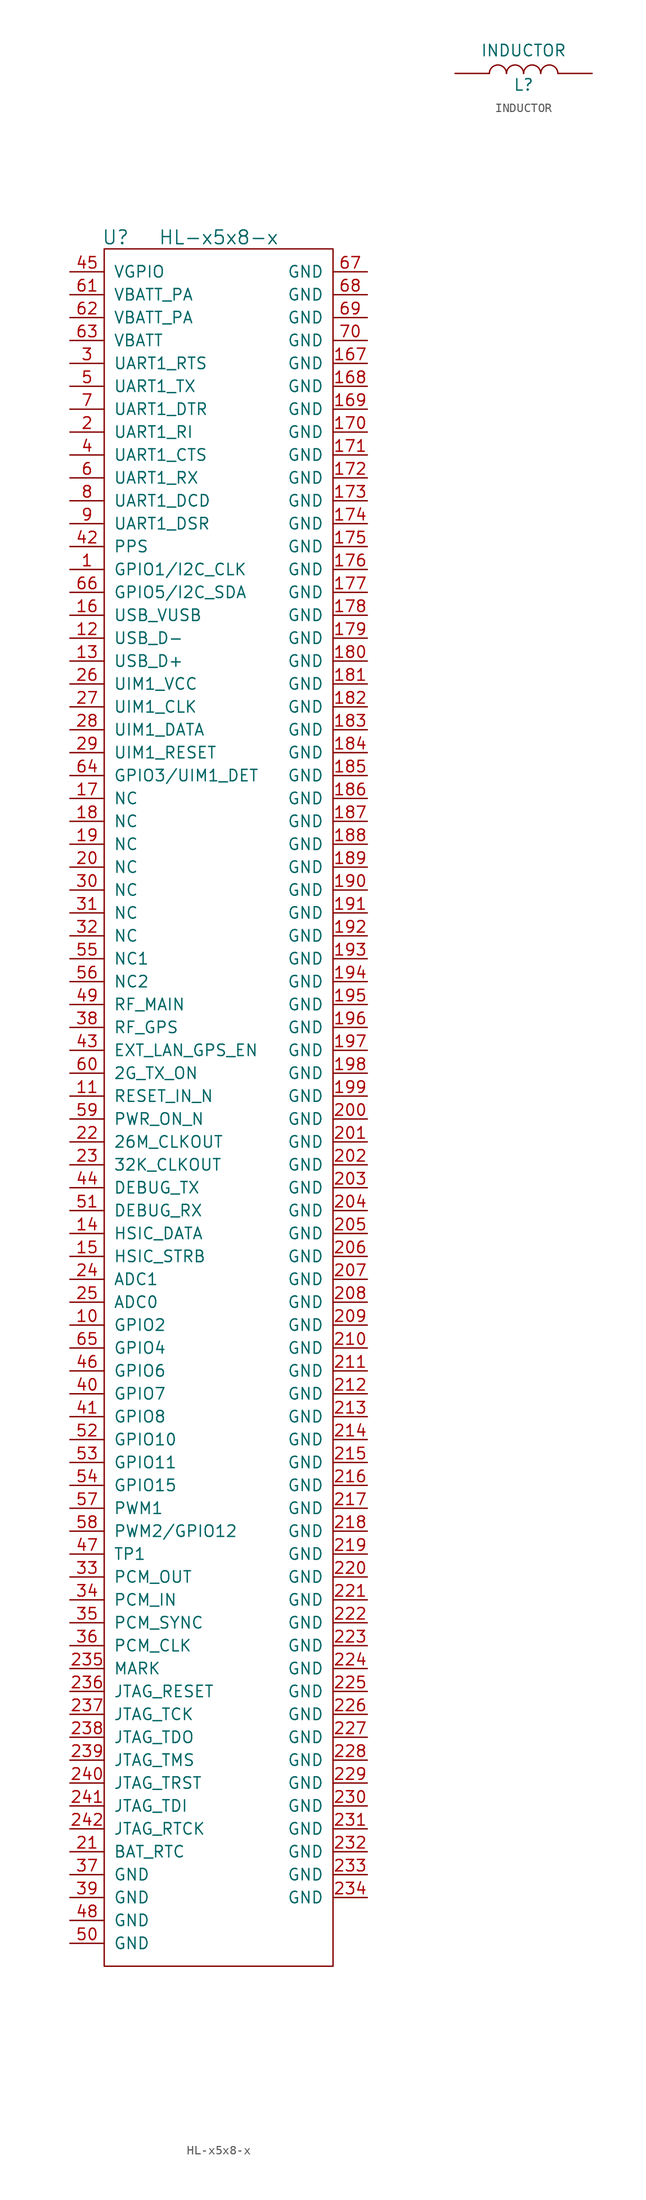
<source format=kicad_sym>
(kicad_symbol_lib
  (version 20211014)
  (generator kicad_symbol_editor)
  (symbol "HL-x5x8-x"
    (pin_names
      (offset 1.016))
    (property "Reference" "U"
      (at -11.43 93.98 0)
      (effects (font (size 1.524 1.524))))
    (property "Value" "HL-x5x8-x"
      (at 0 93.98 0)
      (effects (font (size 1.524 1.524))))
    (property "Datasheet" ""
      (at 0 96.52 0)
      (effects (font (size 1.524 1.524))))
    (symbol "HL-x5x8-x_0_1"
      (rectangle (start -12.7 92.71) (end 12.7 -97.79) (stroke (width 0) (type default) (color 0 0 0 0)) (fill (type none))))
    (symbol "HL-x5x8-x_1_1"
      (pin input line (at -16.51 57.15 0) (length 3.81) (name "GPIO1/I2C_CLK" (effects (font (size 1.27 1.27)))) (number "1" (effects (font (size 1.27 1.27)))))
      (pin input line (at -16.51 -26.67 0) (length 3.81) (name "GPIO2" (effects (font (size 1.27 1.27)))) (number "10" (effects (font (size 1.27 1.27)))))
      (pin input line (at -16.51 -1.27 0) (length 3.81) (name "RESET_IN_N" (effects (font (size 1.27 1.27)))) (number "11" (effects (font (size 1.27 1.27)))))
      (pin input line (at -16.51 49.53 0) (length 3.81) (name "USB_D-" (effects (font (size 1.27 1.27)))) (number "12" (effects (font (size 1.27 1.27)))))
      (pin input line (at -16.51 46.99 0) (length 3.81) (name "USB_D+" (effects (font (size 1.27 1.27)))) (number "13" (effects (font (size 1.27 1.27)))))
      (pin input line (at -16.51 -16.51 0) (length 3.81) (name "HSIC_DATA" (effects (font (size 1.27 1.27)))) (number "14" (effects (font (size 1.27 1.27)))))
      (pin input line (at -16.51 -19.05 0) (length 3.81) (name "HSIC_STRB" (effects (font (size 1.27 1.27)))) (number "15" (effects (font (size 1.27 1.27)))))
      (pin input line (at -16.51 52.07 0) (length 3.81) (name "USB_VUSB" (effects (font (size 1.27 1.27)))) (number "16" (effects (font (size 1.27 1.27)))))
      (pin input line (at 16.51 80.01 180) (length 3.81) (name "GND" (effects (font (size 1.27 1.27)))) (number "167" (effects (font (size 1.27 1.27)))))
      (pin input line (at 16.51 77.47 180) (length 3.81) (name "GND" (effects (font (size 1.27 1.27)))) (number "168" (effects (font (size 1.27 1.27)))))
      (pin input line (at 16.51 74.93 180) (length 3.81) (name "GND" (effects (font (size 1.27 1.27)))) (number "169" (effects (font (size 1.27 1.27)))))
      (pin input line (at -16.51 31.75 0) (length 3.81) (name "NC" (effects (font (size 1.27 1.27)))) (number "17" (effects (font (size 1.27 1.27)))))
      (pin input line (at 16.51 72.39 180) (length 3.81) (name "GND" (effects (font (size 1.27 1.27)))) (number "170" (effects (font (size 1.27 1.27)))))
      (pin input line (at 16.51 69.85 180) (length 3.81) (name "GND" (effects (font (size 1.27 1.27)))) (number "171" (effects (font (size 1.27 1.27)))))
      (pin input line (at 16.51 67.31 180) (length 3.81) (name "GND" (effects (font (size 1.27 1.27)))) (number "172" (effects (font (size 1.27 1.27)))))
      (pin input line (at 16.51 64.77 180) (length 3.81) (name "GND" (effects (font (size 1.27 1.27)))) (number "173" (effects (font (size 1.27 1.27)))))
      (pin input line (at 16.51 62.23 180) (length 3.81) (name "GND" (effects (font (size 1.27 1.27)))) (number "174" (effects (font (size 1.27 1.27)))))
      (pin input line (at 16.51 59.69 180) (length 3.81) (name "GND" (effects (font (size 1.27 1.27)))) (number "175" (effects (font (size 1.27 1.27)))))
      (pin input line (at 16.51 57.15 180) (length 3.81) (name "GND" (effects (font (size 1.27 1.27)))) (number "176" (effects (font (size 1.27 1.27)))))
      (pin input line (at 16.51 54.61 180) (length 3.81) (name "GND" (effects (font (size 1.27 1.27)))) (number "177" (effects (font (size 1.27 1.27)))))
      (pin input line (at 16.51 52.07 180) (length 3.81) (name "GND" (effects (font (size 1.27 1.27)))) (number "178" (effects (font (size 1.27 1.27)))))
      (pin input line (at 16.51 49.53 180) (length 3.81) (name "GND" (effects (font (size 1.27 1.27)))) (number "179" (effects (font (size 1.27 1.27)))))
      (pin input line (at -16.51 29.21 0) (length 3.81) (name "NC" (effects (font (size 1.27 1.27)))) (number "18" (effects (font (size 1.27 1.27)))))
      (pin input line (at 16.51 46.99 180) (length 3.81) (name "GND" (effects (font (size 1.27 1.27)))) (number "180" (effects (font (size 1.27 1.27)))))
      (pin input line (at 16.51 44.45 180) (length 3.81) (name "GND" (effects (font (size 1.27 1.27)))) (number "181" (effects (font (size 1.27 1.27)))))
      (pin input line (at 16.51 41.91 180) (length 3.81) (name "GND" (effects (font (size 1.27 1.27)))) (number "182" (effects (font (size 1.27 1.27)))))
      (pin input line (at 16.51 39.37 180) (length 3.81) (name "GND" (effects (font (size 1.27 1.27)))) (number "183" (effects (font (size 1.27 1.27)))))
      (pin input line (at 16.51 36.83 180) (length 3.81) (name "GND" (effects (font (size 1.27 1.27)))) (number "184" (effects (font (size 1.27 1.27)))))
      (pin input line (at 16.51 34.29 180) (length 3.81) (name "GND" (effects (font (size 1.27 1.27)))) (number "185" (effects (font (size 1.27 1.27)))))
      (pin input line (at 16.51 31.75 180) (length 3.81) (name "GND" (effects (font (size 1.27 1.27)))) (number "186" (effects (font (size 1.27 1.27)))))
      (pin input line (at 16.51 29.21 180) (length 3.81) (name "GND" (effects (font (size 1.27 1.27)))) (number "187" (effects (font (size 1.27 1.27)))))
      (pin input line (at 16.51 26.67 180) (length 3.81) (name "GND" (effects (font (size 1.27 1.27)))) (number "188" (effects (font (size 1.27 1.27)))))
      (pin input line (at 16.51 24.13 180) (length 3.81) (name "GND" (effects (font (size 1.27 1.27)))) (number "189" (effects (font (size 1.27 1.27)))))
      (pin input line (at -16.51 26.67 0) (length 3.81) (name "NC" (effects (font (size 1.27 1.27)))) (number "19" (effects (font (size 1.27 1.27)))))
      (pin input line (at 16.51 21.59 180) (length 3.81) (name "GND" (effects (font (size 1.27 1.27)))) (number "190" (effects (font (size 1.27 1.27)))))
      (pin input line (at 16.51 19.05 180) (length 3.81) (name "GND" (effects (font (size 1.27 1.27)))) (number "191" (effects (font (size 1.27 1.27)))))
      (pin input line (at 16.51 16.51 180) (length 3.81) (name "GND" (effects (font (size 1.27 1.27)))) (number "192" (effects (font (size 1.27 1.27)))))
      (pin input line (at 16.51 13.97 180) (length 3.81) (name "GND" (effects (font (size 1.27 1.27)))) (number "193" (effects (font (size 1.27 1.27)))))
      (pin input line (at 16.51 11.43 180) (length 3.81) (name "GND" (effects (font (size 1.27 1.27)))) (number "194" (effects (font (size 1.27 1.27)))))
      (pin input line (at 16.51 8.89 180) (length 3.81) (name "GND" (effects (font (size 1.27 1.27)))) (number "195" (effects (font (size 1.27 1.27)))))
      (pin input line (at 16.51 6.35 180) (length 3.81) (name "GND" (effects (font (size 1.27 1.27)))) (number "196" (effects (font (size 1.27 1.27)))))
      (pin input line (at 16.51 3.81 180) (length 3.81) (name "GND" (effects (font (size 1.27 1.27)))) (number "197" (effects (font (size 1.27 1.27)))))
      (pin input line (at 16.51 1.27 180) (length 3.81) (name "GND" (effects (font (size 1.27 1.27)))) (number "198" (effects (font (size 1.27 1.27)))))
      (pin input line (at 16.51 -1.27 180) (length 3.81) (name "GND" (effects (font (size 1.27 1.27)))) (number "199" (effects (font (size 1.27 1.27)))))
      (pin input line (at -16.51 72.39 0) (length 3.81) (name "UART1_RI" (effects (font (size 1.27 1.27)))) (number "2" (effects (font (size 1.27 1.27)))))
      (pin input line (at -16.51 24.13 0) (length 3.81) (name "NC" (effects (font (size 1.27 1.27)))) (number "20" (effects (font (size 1.27 1.27)))))
      (pin input line (at 16.51 -3.81 180) (length 3.81) (name "GND" (effects (font (size 1.27 1.27)))) (number "200" (effects (font (size 1.27 1.27)))))
      (pin input line (at 16.51 -6.35 180) (length 3.81) (name "GND" (effects (font (size 1.27 1.27)))) (number "201" (effects (font (size 1.27 1.27)))))
      (pin input line (at 16.51 -8.89 180) (length 3.81) (name "GND" (effects (font (size 1.27 1.27)))) (number "202" (effects (font (size 1.27 1.27)))))
      (pin input line (at 16.51 -11.43 180) (length 3.81) (name "GND" (effects (font (size 1.27 1.27)))) (number "203" (effects (font (size 1.27 1.27)))))
      (pin input line (at 16.51 -13.97 180) (length 3.81) (name "GND" (effects (font (size 1.27 1.27)))) (number "204" (effects (font (size 1.27 1.27)))))
      (pin input line (at 16.51 -16.51 180) (length 3.81) (name "GND" (effects (font (size 1.27 1.27)))) (number "205" (effects (font (size 1.27 1.27)))))
      (pin input line (at 16.51 -19.05 180) (length 3.81) (name "GND" (effects (font (size 1.27 1.27)))) (number "206" (effects (font (size 1.27 1.27)))))
      (pin input line (at 16.51 -21.59 180) (length 3.81) (name "GND" (effects (font (size 1.27 1.27)))) (number "207" (effects (font (size 1.27 1.27)))))
      (pin input line (at 16.51 -24.13 180) (length 3.81) (name "GND" (effects (font (size 1.27 1.27)))) (number "208" (effects (font (size 1.27 1.27)))))
      (pin input line (at 16.51 -26.67 180) (length 3.81) (name "GND" (effects (font (size 1.27 1.27)))) (number "209" (effects (font (size 1.27 1.27)))))
      (pin input line (at -16.51 -85.09 0) (length 3.81) (name "BAT_RTC" (effects (font (size 1.27 1.27)))) (number "21" (effects (font (size 1.27 1.27)))))
      (pin input line (at 16.51 -29.21 180) (length 3.81) (name "GND" (effects (font (size 1.27 1.27)))) (number "210" (effects (font (size 1.27 1.27)))))
      (pin input line (at 16.51 -31.75 180) (length 3.81) (name "GND" (effects (font (size 1.27 1.27)))) (number "211" (effects (font (size 1.27 1.27)))))
      (pin input line (at 16.51 -34.29 180) (length 3.81) (name "GND" (effects (font (size 1.27 1.27)))) (number "212" (effects (font (size 1.27 1.27)))))
      (pin input line (at 16.51 -36.83 180) (length 3.81) (name "GND" (effects (font (size 1.27 1.27)))) (number "213" (effects (font (size 1.27 1.27)))))
      (pin input line (at 16.51 -39.37 180) (length 3.81) (name "GND" (effects (font (size 1.27 1.27)))) (number "214" (effects (font (size 1.27 1.27)))))
      (pin input line (at 16.51 -41.91 180) (length 3.81) (name "GND" (effects (font (size 1.27 1.27)))) (number "215" (effects (font (size 1.27 1.27)))))
      (pin input line (at 16.51 -44.45 180) (length 3.81) (name "GND" (effects (font (size 1.27 1.27)))) (number "216" (effects (font (size 1.27 1.27)))))
      (pin input line (at 16.51 -46.99 180) (length 3.81) (name "GND" (effects (font (size 1.27 1.27)))) (number "217" (effects (font (size 1.27 1.27)))))
      (pin input line (at 16.51 -49.53 180) (length 3.81) (name "GND" (effects (font (size 1.27 1.27)))) (number "218" (effects (font (size 1.27 1.27)))))
      (pin input line (at 16.51 -52.07 180) (length 3.81) (name "GND" (effects (font (size 1.27 1.27)))) (number "219" (effects (font (size 1.27 1.27)))))
      (pin input line (at -16.51 -6.35 0) (length 3.81) (name "26M_CLKOUT" (effects (font (size 1.27 1.27)))) (number "22" (effects (font (size 1.27 1.27)))))
      (pin input line (at 16.51 -54.61 180) (length 3.81) (name "GND" (effects (font (size 1.27 1.27)))) (number "220" (effects (font (size 1.27 1.27)))))
      (pin input line (at 16.51 -57.15 180) (length 3.81) (name "GND" (effects (font (size 1.27 1.27)))) (number "221" (effects (font (size 1.27 1.27)))))
      (pin input line (at 16.51 -59.69 180) (length 3.81) (name "GND" (effects (font (size 1.27 1.27)))) (number "222" (effects (font (size 1.27 1.27)))))
      (pin input line (at 16.51 -62.23 180) (length 3.81) (name "GND" (effects (font (size 1.27 1.27)))) (number "223" (effects (font (size 1.27 1.27)))))
      (pin input line (at 16.51 -64.77 180) (length 3.81) (name "GND" (effects (font (size 1.27 1.27)))) (number "224" (effects (font (size 1.27 1.27)))))
      (pin input line (at 16.51 -67.31 180) (length 3.81) (name "GND" (effects (font (size 1.27 1.27)))) (number "225" (effects (font (size 1.27 1.27)))))
      (pin input line (at 16.51 -69.85 180) (length 3.81) (name "GND" (effects (font (size 1.27 1.27)))) (number "226" (effects (font (size 1.27 1.27)))))
      (pin input line (at 16.51 -72.39 180) (length 3.81) (name "GND" (effects (font (size 1.27 1.27)))) (number "227" (effects (font (size 1.27 1.27)))))
      (pin input line (at 16.51 -74.93 180) (length 3.81) (name "GND" (effects (font (size 1.27 1.27)))) (number "228" (effects (font (size 1.27 1.27)))))
      (pin input line (at 16.51 -77.47 180) (length 3.81) (name "GND" (effects (font (size 1.27 1.27)))) (number "229" (effects (font (size 1.27 1.27)))))
      (pin input line (at -16.51 -8.89 0) (length 3.81) (name "32K_CLKOUT" (effects (font (size 1.27 1.27)))) (number "23" (effects (font (size 1.27 1.27)))))
      (pin input line (at 16.51 -80.01 180) (length 3.81) (name "GND" (effects (font (size 1.27 1.27)))) (number "230" (effects (font (size 1.27 1.27)))))
      (pin input line (at 16.51 -82.55 180) (length 3.81) (name "GND" (effects (font (size 1.27 1.27)))) (number "231" (effects (font (size 1.27 1.27)))))
      (pin input line (at 16.51 -85.09 180) (length 3.81) (name "GND" (effects (font (size 1.27 1.27)))) (number "232" (effects (font (size 1.27 1.27)))))
      (pin input line (at 16.51 -87.63 180) (length 3.81) (name "GND" (effects (font (size 1.27 1.27)))) (number "233" (effects (font (size 1.27 1.27)))))
      (pin input line (at 16.51 -90.17 180) (length 3.81) (name "GND" (effects (font (size 1.27 1.27)))) (number "234" (effects (font (size 1.27 1.27)))))
      (pin input line (at -16.51 -64.77 0) (length 3.81) (name "MARK" (effects (font (size 1.27 1.27)))) (number "235" (effects (font (size 1.27 1.27)))))
      (pin input line (at -16.51 -67.31 0) (length 3.81) (name "JTAG_RESET" (effects (font (size 1.27 1.27)))) (number "236" (effects (font (size 1.27 1.27)))))
      (pin input line (at -16.51 -69.85 0) (length 3.81) (name "JTAG_TCK" (effects (font (size 1.27 1.27)))) (number "237" (effects (font (size 1.27 1.27)))))
      (pin input line (at -16.51 -72.39 0) (length 3.81) (name "JTAG_TDO" (effects (font (size 1.27 1.27)))) (number "238" (effects (font (size 1.27 1.27)))))
      (pin input line (at -16.51 -74.93 0) (length 3.81) (name "JTAG_TMS" (effects (font (size 1.27 1.27)))) (number "239" (effects (font (size 1.27 1.27)))))
      (pin input line (at -16.51 -21.59 0) (length 3.81) (name "ADC1" (effects (font (size 1.27 1.27)))) (number "24" (effects (font (size 1.27 1.27)))))
      (pin input line (at -16.51 -77.47 0) (length 3.81) (name "JTAG_TRST" (effects (font (size 1.27 1.27)))) (number "240" (effects (font (size 1.27 1.27)))))
      (pin input line (at -16.51 -80.01 0) (length 3.81) (name "JTAG_TDI" (effects (font (size 1.27 1.27)))) (number "241" (effects (font (size 1.27 1.27)))))
      (pin input line (at -16.51 -82.55 0) (length 3.81) (name "JTAG_RTCK" (effects (font (size 1.27 1.27)))) (number "242" (effects (font (size 1.27 1.27)))))
      (pin input line (at -16.51 -24.13 0) (length 3.81) (name "ADC0" (effects (font (size 1.27 1.27)))) (number "25" (effects (font (size 1.27 1.27)))))
      (pin input line (at -16.51 44.45 0) (length 3.81) (name "UIM1_VCC" (effects (font (size 1.27 1.27)))) (number "26" (effects (font (size 1.27 1.27)))))
      (pin input line (at -16.51 41.91 0) (length 3.81) (name "UIM1_CLK" (effects (font (size 1.27 1.27)))) (number "27" (effects (font (size 1.27 1.27)))))
      (pin input line (at -16.51 39.37 0) (length 3.81) (name "UIM1_DATA" (effects (font (size 1.27 1.27)))) (number "28" (effects (font (size 1.27 1.27)))))
      (pin input line (at -16.51 36.83 0) (length 3.81) (name "UIM1_RESET" (effects (font (size 1.27 1.27)))) (number "29" (effects (font (size 1.27 1.27)))))
      (pin input line (at -16.51 80.01 0) (length 3.81) (name "UART1_RTS" (effects (font (size 1.27 1.27)))) (number "3" (effects (font (size 1.27 1.27)))))
      (pin input line (at -16.51 21.59 0) (length 3.81) (name "NC" (effects (font (size 1.27 1.27)))) (number "30" (effects (font (size 1.27 1.27)))))
      (pin input line (at -16.51 19.05 0) (length 3.81) (name "NC" (effects (font (size 1.27 1.27)))) (number "31" (effects (font (size 1.27 1.27)))))
      (pin input line (at -16.51 16.51 0) (length 3.81) (name "NC" (effects (font (size 1.27 1.27)))) (number "32" (effects (font (size 1.27 1.27)))))
      (pin input line (at -16.51 -54.61 0) (length 3.81) (name "PCM_OUT" (effects (font (size 1.27 1.27)))) (number "33" (effects (font (size 1.27 1.27)))))
      (pin input line (at -16.51 -57.15 0) (length 3.81) (name "PCM_IN" (effects (font (size 1.27 1.27)))) (number "34" (effects (font (size 1.27 1.27)))))
      (pin input line (at -16.51 -59.69 0) (length 3.81) (name "PCM_SYNC" (effects (font (size 1.27 1.27)))) (number "35" (effects (font (size 1.27 1.27)))))
      (pin input line (at -16.51 -62.23 0) (length 3.81) (name "PCM_CLK" (effects (font (size 1.27 1.27)))) (number "36" (effects (font (size 1.27 1.27)))))
      (pin input line (at -16.51 -87.63 0) (length 3.81) (name "GND" (effects (font (size 1.27 1.27)))) (number "37" (effects (font (size 1.27 1.27)))))
      (pin input line (at -16.51 6.35 0) (length 3.81) (name "RF_GPS" (effects (font (size 1.27 1.27)))) (number "38" (effects (font (size 1.27 1.27)))))
      (pin input line (at -16.51 -90.17 0) (length 3.81) (name "GND" (effects (font (size 1.27 1.27)))) (number "39" (effects (font (size 1.27 1.27)))))
      (pin input line (at -16.51 69.85 0) (length 3.81) (name "UART1_CTS" (effects (font (size 1.27 1.27)))) (number "4" (effects (font (size 1.27 1.27)))))
      (pin input line (at -16.51 -34.29 0) (length 3.81) (name "GPIO7" (effects (font (size 1.27 1.27)))) (number "40" (effects (font (size 1.27 1.27)))))
      (pin input line (at -16.51 -36.83 0) (length 3.81) (name "GPIO8" (effects (font (size 1.27 1.27)))) (number "41" (effects (font (size 1.27 1.27)))))
      (pin input line (at -16.51 59.69 0) (length 3.81) (name "PPS" (effects (font (size 1.27 1.27)))) (number "42" (effects (font (size 1.27 1.27)))))
      (pin input line (at -16.51 3.81 0) (length 3.81) (name "EXT_LAN_GPS_EN" (effects (font (size 1.27 1.27)))) (number "43" (effects (font (size 1.27 1.27)))))
      (pin input line (at -16.51 -11.43 0) (length 3.81) (name "DEBUG_TX" (effects (font (size 1.27 1.27)))) (number "44" (effects (font (size 1.27 1.27)))))
      (pin input line (at -16.51 90.17 0) (length 3.81) (name "VGPIO" (effects (font (size 1.27 1.27)))) (number "45" (effects (font (size 1.27 1.27)))))
      (pin input line (at -16.51 -31.75 0) (length 3.81) (name "GPIO6" (effects (font (size 1.27 1.27)))) (number "46" (effects (font (size 1.27 1.27)))))
      (pin input line (at -16.51 -52.07 0) (length 3.81) (name "TP1" (effects (font (size 1.27 1.27)))) (number "47" (effects (font (size 1.27 1.27)))))
      (pin input line (at -16.51 -92.71 0) (length 3.81) (name "GND" (effects (font (size 1.27 1.27)))) (number "48" (effects (font (size 1.27 1.27)))))
      (pin input line (at -16.51 8.89 0) (length 3.81) (name "RF_MAIN" (effects (font (size 1.27 1.27)))) (number "49" (effects (font (size 1.27 1.27)))))
      (pin input line (at -16.51 77.47 0) (length 3.81) (name "UART1_TX" (effects (font (size 1.27 1.27)))) (number "5" (effects (font (size 1.27 1.27)))))
      (pin input line (at -16.51 -95.25 0) (length 3.81) (name "GND" (effects (font (size 1.27 1.27)))) (number "50" (effects (font (size 1.27 1.27)))))
      (pin input line (at -16.51 -13.97 0) (length 3.81) (name "DEBUG_RX" (effects (font (size 1.27 1.27)))) (number "51" (effects (font (size 1.27 1.27)))))
      (pin input line (at -16.51 -39.37 0) (length 3.81) (name "GPIO10" (effects (font (size 1.27 1.27)))) (number "52" (effects (font (size 1.27 1.27)))))
      (pin input line (at -16.51 -41.91 0) (length 3.81) (name "GPIO11" (effects (font (size 1.27 1.27)))) (number "53" (effects (font (size 1.27 1.27)))))
      (pin input line (at -16.51 -44.45 0) (length 3.81) (name "GPIO15" (effects (font (size 1.27 1.27)))) (number "54" (effects (font (size 1.27 1.27)))))
      (pin input line (at -16.51 13.97 0) (length 3.81) (name "NC1" (effects (font (size 1.27 1.27)))) (number "55" (effects (font (size 1.27 1.27)))))
      (pin input line (at -16.51 11.43 0) (length 3.81) (name "NC2" (effects (font (size 1.27 1.27)))) (number "56" (effects (font (size 1.27 1.27)))))
      (pin input line (at -16.51 -46.99 0) (length 3.81) (name "PWM1" (effects (font (size 1.27 1.27)))) (number "57" (effects (font (size 1.27 1.27)))))
      (pin input line (at -16.51 -49.53 0) (length 3.81) (name "PWM2/GPIO12" (effects (font (size 1.27 1.27)))) (number "58" (effects (font (size 1.27 1.27)))))
      (pin input line (at -16.51 -3.81 0) (length 3.81) (name "PWR_ON_N" (effects (font (size 1.27 1.27)))) (number "59" (effects (font (size 1.27 1.27)))))
      (pin input line (at -16.51 67.31 0) (length 3.81) (name "UART1_RX" (effects (font (size 1.27 1.27)))) (number "6" (effects (font (size 1.27 1.27)))))
      (pin input line (at -16.51 1.27 0) (length 3.81) (name "2G_TX_ON" (effects (font (size 1.27 1.27)))) (number "60" (effects (font (size 1.27 1.27)))))
      (pin input line (at -16.51 87.63 0) (length 3.81) (name "VBATT_PA" (effects (font (size 1.27 1.27)))) (number "61" (effects (font (size 1.27 1.27)))))
      (pin input line (at -16.51 85.09 0) (length 3.81) (name "VBATT_PA" (effects (font (size 1.27 1.27)))) (number "62" (effects (font (size 1.27 1.27)))))
      (pin input line (at -16.51 82.55 0) (length 3.81) (name "VBATT" (effects (font (size 1.27 1.27)))) (number "63" (effects (font (size 1.27 1.27)))))
      (pin input line (at -16.51 34.29 0) (length 3.81) (name "GPIO3/UIM1_DET" (effects (font (size 1.27 1.27)))) (number "64" (effects (font (size 1.27 1.27)))))
      (pin input line (at -16.51 -29.21 0) (length 3.81) (name "GPIO4" (effects (font (size 1.27 1.27)))) (number "65" (effects (font (size 1.27 1.27)))))
      (pin input line (at -16.51 54.61 0) (length 3.81) (name "GPIO5/I2C_SDA" (effects (font (size 1.27 1.27)))) (number "66" (effects (font (size 1.27 1.27)))))
      (pin input line (at 16.51 90.17 180) (length 3.81) (name "GND" (effects (font (size 1.27 1.27)))) (number "67" (effects (font (size 1.27 1.27)))))
      (pin input line (at 16.51 87.63 180) (length 3.81) (name "GND" (effects (font (size 1.27 1.27)))) (number "68" (effects (font (size 1.27 1.27)))))
      (pin input line (at 16.51 85.09 180) (length 3.81) (name "GND" (effects (font (size 1.27 1.27)))) (number "69" (effects (font (size 1.27 1.27)))))
      (pin input line (at -16.51 74.93 0) (length 3.81) (name "UART1_DTR" (effects (font (size 1.27 1.27)))) (number "7" (effects (font (size 1.27 1.27)))))
      (pin input line (at 16.51 82.55 180) (length 3.81) (name "GND" (effects (font (size 1.27 1.27)))) (number "70" (effects (font (size 1.27 1.27)))))
      (pin input line (at -16.51 64.77 0) (length 3.81) (name "UART1_DCD" (effects (font (size 1.27 1.27)))) (number "8" (effects (font (size 1.27 1.27)))))
      (pin input line (at -16.51 62.23 0) (length 3.81) (name "UART1_DSR" (effects (font (size 1.27 1.27)))) (number "9" (effects (font (size 1.27 1.27)))))))
  (symbol "INDUCTOR"
    (pin_numbers hide)
    (pin_names
      (offset 1.016) hide)
    (property "Reference" "L"
      (at 0 -1.27 0)
      (effects (font (size 1.27 1.27))))
    (property "Value" "INDUCTOR"
      (at 0 2.54 0)
      (effects (font (size 1.27 1.27))))
    (property "Datasheet" ""
      (at 0 0 90)
      (effects (font (size 1.524 1.524))))
    (symbol "INDUCTOR_0_1"
      (arc (start -1.905 0) (mid -2.8448 0.9398) (end -3.81 0) (stroke (width 0) (type default) (color 0 0 0 0)) (fill (type none)))
      (arc (start 0 0) (mid -0.9398 0.9398) (end -1.905 0) (stroke (width 0) (type default) (color 0 0 0 0)) (fill (type none)))
      (arc (start 1.905 0) (mid 0.9652 0.9398) (end 0 0) (stroke (width 0) (type default) (color 0 0 0 0)) (fill (type none)))
      (arc (start 3.81 0) (mid 2.8702 0.9398) (end 1.905 0) (stroke (width 0) (type default) (color 0 0 0 0)) (fill (type none))))
    (symbol "INDUCTOR_1_1"
      (pin passive line (at -7.62 0 0) (length 3.81) (name "1" (effects (font (size 1.778 1.778)))) (number "1" (effects (font (size 1.778 1.778)))))
      (pin passive line (at 7.62 0 180) (length 3.81) (name "2" (effects (font (size 1.778 1.778)))) (number "2" (effects (font (size 1.778 1.778))))))))
</source>
